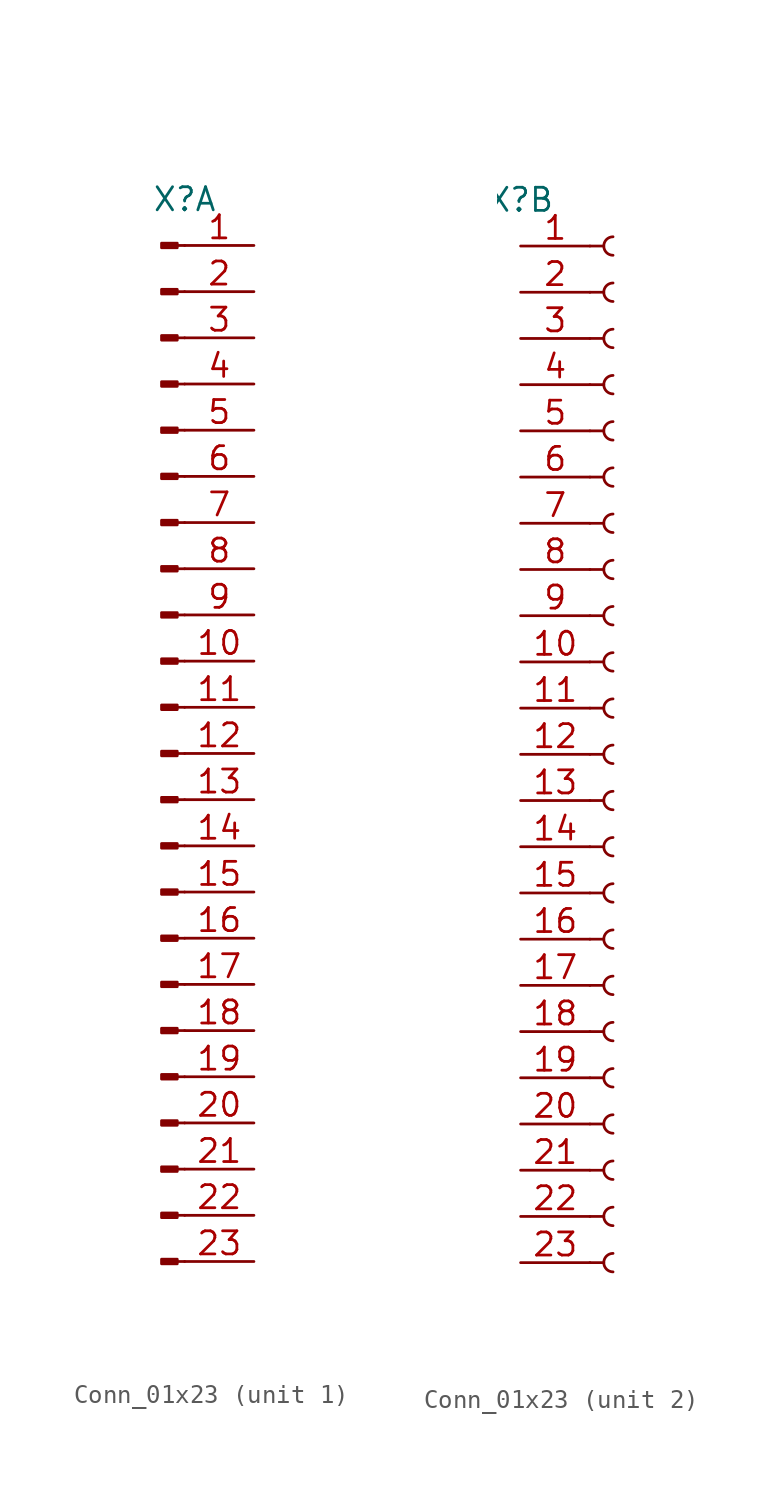
<source format=kicad_sym>
(kicad_symbol_lib
  (version 20241209)
  (generator "kicad_symbol_editor")
  (generator_version "9.0")
  (symbol "Conn_01x23"
    (pin_names
      (offset 1.016)
      (hide yes))
    (property "Reference" "X"
      (at 0 30.48 0)
      (effects (font (size 1.27 1.27))))
    (property "ki_locked" ""
      (at 0 0 0)
      (effects (font (size 1.27 1.27))))
    (symbol "Conn_01x23_1_1"
      (rectangle (start -0.406 28.067) (end -1.27 27.813) (stroke (width 0.152) (type default)) (fill (type outline)))
      (rectangle (start -0.406 25.527) (end -1.27 25.273) (stroke (width 0.152) (type default)) (fill (type outline)))
      (rectangle (start -0.406 22.987) (end -1.27 22.733) (stroke (width 0.152) (type default)) (fill (type outline)))
      (rectangle (start -0.406 20.447) (end -1.27 20.193) (stroke (width 0.152) (type default)) (fill (type outline)))
      (rectangle (start -0.406 17.907) (end -1.27 17.653) (stroke (width 0.152) (type default)) (fill (type outline)))
      (rectangle (start -0.406 15.367) (end -1.27 15.113) (stroke (width 0.152) (type default)) (fill (type outline)))
      (rectangle (start -0.406 12.827) (end -1.27 12.573) (stroke (width 0.152) (type default)) (fill (type outline)))
      (rectangle (start -0.406 10.287) (end -1.27 10.033) (stroke (width 0.152) (type default)) (fill (type outline)))
      (rectangle (start -0.406 7.747) (end -1.27 7.493) (stroke (width 0.152) (type default)) (fill (type outline)))
      (rectangle (start -0.406 5.207) (end -1.27 4.953) (stroke (width 0.152) (type default)) (fill (type outline)))
      (rectangle (start -0.406 2.667) (end -1.27 2.413) (stroke (width 0.152) (type default)) (fill (type outline)))
      (rectangle (start -0.406 0.127) (end -1.27 -0.127) (stroke (width 0.152) (type default)) (fill (type outline)))
      (rectangle (start -0.406 -2.413) (end -1.27 -2.667) (stroke (width 0.152) (type default)) (fill (type outline)))
      (rectangle (start -0.406 -4.953) (end -1.27 -5.207) (stroke (width 0.152) (type default)) (fill (type outline)))
      (rectangle (start -0.406 -7.493) (end -1.27 -7.747) (stroke (width 0.152) (type default)) (fill (type outline)))
      (rectangle (start -0.406 -10.033) (end -1.27 -10.287) (stroke (width 0.152) (type default)) (fill (type outline)))
      (rectangle (start -0.406 -12.573) (end -1.27 -12.827) (stroke (width 0.152) (type default)) (fill (type outline)))
      (rectangle (start -0.406 -15.113) (end -1.27 -15.367) (stroke (width 0.152) (type default)) (fill (type outline)))
      (rectangle (start -0.406 -17.653) (end -1.27 -17.907) (stroke (width 0.152) (type default)) (fill (type outline)))
      (rectangle (start -0.406 -20.193) (end -1.27 -20.447) (stroke (width 0.152) (type default)) (fill (type outline)))
      (rectangle (start -0.406 -22.733) (end -1.27 -22.987) (stroke (width 0.152) (type default)) (fill (type outline)))
      (rectangle (start -0.406 -25.273) (end -1.27 -25.527) (stroke (width 0.152) (type default)) (fill (type outline)))
      (rectangle (start -0.406 -27.813) (end -1.27 -28.067) (stroke (width 0.152) (type default)) (fill (type outline)))
      (polyline (pts (xy 0 27.94) (xy -0.406 27.94)) (stroke (width 0.152) (type default)) (fill (type none)))
      (polyline (pts (xy 0 25.4) (xy -0.406 25.4)) (stroke (width 0.152) (type default)) (fill (type none)))
      (polyline (pts (xy 0 22.86) (xy -0.406 22.86)) (stroke (width 0.152) (type default)) (fill (type none)))
      (polyline (pts (xy 0 20.32) (xy -0.406 20.32)) (stroke (width 0.152) (type default)) (fill (type none)))
      (polyline (pts (xy 0 17.78) (xy -0.406 17.78)) (stroke (width 0.152) (type default)) (fill (type none)))
      (polyline (pts (xy 0 15.24) (xy -0.406 15.24)) (stroke (width 0.152) (type default)) (fill (type none)))
      (polyline (pts (xy 0 12.7) (xy -0.406 12.7)) (stroke (width 0.152) (type default)) (fill (type none)))
      (polyline (pts (xy 0 10.16) (xy -0.406 10.16)) (stroke (width 0.152) (type default)) (fill (type none)))
      (polyline (pts (xy 0 7.62) (xy -0.406 7.62)) (stroke (width 0.152) (type default)) (fill (type none)))
      (polyline (pts (xy 0 5.08) (xy -0.406 5.08)) (stroke (width 0.152) (type default)) (fill (type none)))
      (polyline (pts (xy 0 2.54) (xy -0.406 2.54)) (stroke (width 0.152) (type default)) (fill (type none)))
      (polyline (pts (xy 0 0) (xy -0.406 0)) (stroke (width 0.152) (type default)) (fill (type none)))
      (polyline (pts (xy 0 -2.54) (xy -0.406 -2.54)) (stroke (width 0.152) (type default)) (fill (type none)))
      (polyline (pts (xy 0 -5.08) (xy -0.406 -5.08)) (stroke (width 0.152) (type default)) (fill (type none)))
      (polyline (pts (xy 0 -7.62) (xy -0.406 -7.62)) (stroke (width 0.152) (type default)) (fill (type none)))
      (polyline (pts (xy 0 -10.16) (xy -0.406 -10.16)) (stroke (width 0.152) (type default)) (fill (type none)))
      (polyline (pts (xy 0 -12.7) (xy -0.406 -12.7)) (stroke (width 0.152) (type default)) (fill (type none)))
      (polyline (pts (xy 0 -15.24) (xy -0.406 -15.24)) (stroke (width 0.152) (type default)) (fill (type none)))
      (polyline (pts (xy 0 -17.78) (xy -0.406 -17.78)) (stroke (width 0.152) (type default)) (fill (type none)))
      (polyline (pts (xy 0 -20.32) (xy -0.406 -20.32)) (stroke (width 0.152) (type default)) (fill (type none)))
      (polyline (pts (xy 0 -22.86) (xy -0.406 -22.86)) (stroke (width 0.152) (type default)) (fill (type none)))
      (polyline (pts (xy 0 -25.4) (xy -0.406 -25.4)) (stroke (width 0.152) (type default)) (fill (type none)))
      (polyline (pts (xy 0 -27.94) (xy -0.406 -27.94)) (stroke (width 0.152) (type default)) (fill (type none)))
      (pin passive line (at 3.81 27.94 180) (length 3.81) (name "Pin_1" (effects (font (size 1.27 1.27)))) (number "1" (effects (font (size 1.27 1.27)))))
      (pin passive line (at 3.81 25.4 180) (length 3.81) (name "Pin_2" (effects (font (size 1.27 1.27)))) (number "2" (effects (font (size 1.27 1.27)))))
      (pin passive line (at 3.81 22.86 180) (length 3.81) (name "Pin_3" (effects (font (size 1.27 1.27)))) (number "3" (effects (font (size 1.27 1.27)))))
      (pin passive line (at 3.81 20.32 180) (length 3.81) (name "Pin_4" (effects (font (size 1.27 1.27)))) (number "4" (effects (font (size 1.27 1.27)))))
      (pin passive line (at 3.81 17.78 180) (length 3.81) (name "Pin_5" (effects (font (size 1.27 1.27)))) (number "5" (effects (font (size 1.27 1.27)))))
      (pin passive line (at 3.81 15.24 180) (length 3.81) (name "Pin_6" (effects (font (size 1.27 1.27)))) (number "6" (effects (font (size 1.27 1.27)))))
      (pin passive line (at 3.81 12.7 180) (length 3.81) (name "Pin_7" (effects (font (size 1.27 1.27)))) (number "7" (effects (font (size 1.27 1.27)))))
      (pin passive line (at 3.81 10.16 180) (length 3.81) (name "Pin_8" (effects (font (size 1.27 1.27)))) (number "8" (effects (font (size 1.27 1.27)))))
      (pin passive line (at 3.81 7.62 180) (length 3.81) (name "Pin_9" (effects (font (size 1.27 1.27)))) (number "9" (effects (font (size 1.27 1.27)))))
      (pin passive line (at 3.81 5.08 180) (length 3.81) (name "Pin_10" (effects (font (size 1.27 1.27)))) (number "10" (effects (font (size 1.27 1.27)))))
      (pin passive line (at 3.81 2.54 180) (length 3.81) (name "Pin_11" (effects (font (size 1.27 1.27)))) (number "11" (effects (font (size 1.27 1.27)))))
      (pin passive line (at 3.81 0 180) (length 3.81) (name "Pin_12" (effects (font (size 1.27 1.27)))) (number "12" (effects (font (size 1.27 1.27)))))
      (pin passive line (at 3.81 -2.54 180) (length 3.81) (name "Pin_13" (effects (font (size 1.27 1.27)))) (number "13" (effects (font (size 1.27 1.27)))))
      (pin passive line (at 3.81 -5.08 180) (length 3.81) (name "Pin_14" (effects (font (size 1.27 1.27)))) (number "14" (effects (font (size 1.27 1.27)))))
      (pin passive line (at 3.81 -7.62 180) (length 3.81) (name "Pin_15" (effects (font (size 1.27 1.27)))) (number "15" (effects (font (size 1.27 1.27)))))
      (pin passive line (at 3.81 -10.16 180) (length 3.81) (name "Pin_16" (effects (font (size 1.27 1.27)))) (number "16" (effects (font (size 1.27 1.27)))))
      (pin passive line (at 3.81 -12.7 180) (length 3.81) (name "Pin_17" (effects (font (size 1.27 1.27)))) (number "17" (effects (font (size 1.27 1.27)))))
      (pin passive line (at 3.81 -15.24 180) (length 3.81) (name "Pin_18" (effects (font (size 1.27 1.27)))) (number "18" (effects (font (size 1.27 1.27)))))
      (pin passive line (at 3.81 -17.78 180) (length 3.81) (name "Pin_19" (effects (font (size 1.27 1.27)))) (number "19" (effects (font (size 1.27 1.27)))))
      (pin passive line (at 3.81 -20.32 180) (length 3.81) (name "Pin_20" (effects (font (size 1.27 1.27)))) (number "20" (effects (font (size 1.27 1.27)))))
      (pin passive line (at 3.81 -22.86 180) (length 3.81) (name "Pin_21" (effects (font (size 1.27 1.27)))) (number "21" (effects (font (size 1.27 1.27)))))
      (pin passive line (at 3.81 -25.4 180) (length 3.81) (name "Pin_22" (effects (font (size 1.27 1.27)))) (number "22" (effects (font (size 1.27 1.27)))))
      (pin passive line (at 3.81 -27.94 180) (length 3.81) (name "Pin_23" (effects (font (size 1.27 1.27)))) (number "23" (effects (font (size 1.27 1.27))))))
    (symbol "Conn_01x23_2_1"
      (polyline (pts (xy 3.81 27.94) (xy 4.572 27.94)) (stroke (width 0.152) (type default)) (fill (type none)))
      (polyline (pts (xy 3.81 25.4) (xy 4.572 25.4)) (stroke (width 0.152) (type default)) (fill (type none)))
      (polyline (pts (xy 3.81 22.86) (xy 4.572 22.86)) (stroke (width 0.152) (type default)) (fill (type none)))
      (polyline (pts (xy 3.81 20.32) (xy 4.572 20.32)) (stroke (width 0.152) (type default)) (fill (type none)))
      (polyline (pts (xy 3.81 17.78) (xy 4.572 17.78)) (stroke (width 0.152) (type default)) (fill (type none)))
      (polyline (pts (xy 3.81 15.24) (xy 4.572 15.24)) (stroke (width 0.152) (type default)) (fill (type none)))
      (polyline (pts (xy 3.81 12.7) (xy 4.572 12.7)) (stroke (width 0.152) (type default)) (fill (type none)))
      (polyline (pts (xy 3.81 10.16) (xy 4.572 10.16)) (stroke (width 0.152) (type default)) (fill (type none)))
      (polyline (pts (xy 3.81 7.62) (xy 4.572 7.62)) (stroke (width 0.152) (type default)) (fill (type none)))
      (polyline (pts (xy 3.81 5.08) (xy 4.572 5.08)) (stroke (width 0.152) (type default)) (fill (type none)))
      (polyline (pts (xy 3.81 2.54) (xy 4.572 2.54)) (stroke (width 0.152) (type default)) (fill (type none)))
      (polyline (pts (xy 3.81 0) (xy 4.572 0)) (stroke (width 0.152) (type default)) (fill (type none)))
      (polyline (pts (xy 3.81 -2.54) (xy 4.572 -2.54)) (stroke (width 0.152) (type default)) (fill (type none)))
      (polyline (pts (xy 3.81 -5.08) (xy 4.572 -5.08)) (stroke (width 0.152) (type default)) (fill (type none)))
      (polyline (pts (xy 3.81 -7.62) (xy 4.572 -7.62)) (stroke (width 0.152) (type default)) (fill (type none)))
      (polyline (pts (xy 3.81 -10.16) (xy 4.572 -10.16)) (stroke (width 0.152) (type default)) (fill (type none)))
      (polyline (pts (xy 3.81 -12.7) (xy 4.572 -12.7)) (stroke (width 0.152) (type default)) (fill (type none)))
      (polyline (pts (xy 3.81 -15.24) (xy 4.572 -15.24)) (stroke (width 0.152) (type default)) (fill (type none)))
      (polyline (pts (xy 3.81 -17.78) (xy 4.572 -17.78)) (stroke (width 0.152) (type default)) (fill (type none)))
      (polyline (pts (xy 3.81 -20.32) (xy 4.572 -20.32)) (stroke (width 0.152) (type default)) (fill (type none)))
      (polyline (pts (xy 3.81 -22.86) (xy 4.572 -22.86)) (stroke (width 0.152) (type default)) (fill (type none)))
      (polyline (pts (xy 3.81 -25.4) (xy 4.572 -25.4)) (stroke (width 0.152) (type default)) (fill (type none)))
      (polyline (pts (xy 3.81 -27.94) (xy 4.572 -27.94)) (stroke (width 0.152) (type default)) (fill (type none)))
      (arc (start 5.08 27.432) (mid 4.5742 27.94) (end 5.08 28.448) (stroke (width 0.1524) (type default)) (fill (type none)))
      (arc (start 5.08 24.892) (mid 4.5742 25.4) (end 5.08 25.908) (stroke (width 0.1524) (type default)) (fill (type none)))
      (arc (start 5.08 22.352) (mid 4.5742 22.86) (end 5.08 23.368) (stroke (width 0.1524) (type default)) (fill (type none)))
      (arc (start 5.08 19.812) (mid 4.5742 20.32) (end 5.08 20.828) (stroke (width 0.1524) (type default)) (fill (type none)))
      (arc (start 5.08 17.272) (mid 4.5742 17.78) (end 5.08 18.288) (stroke (width 0.1524) (type default)) (fill (type none)))
      (arc (start 5.08 14.732) (mid 4.5742 15.24) (end 5.08 15.748) (stroke (width 0.1524) (type default)) (fill (type none)))
      (arc (start 5.08 12.192) (mid 4.5742 12.7) (end 5.08 13.208) (stroke (width 0.1524) (type default)) (fill (type none)))
      (arc (start 5.08 9.652) (mid 4.5742 10.16) (end 5.08 10.668) (stroke (width 0.1524) (type default)) (fill (type none)))
      (arc (start 5.08 7.112) (mid 4.5742 7.62) (end 5.08 8.128) (stroke (width 0.1524) (type default)) (fill (type none)))
      (arc (start 5.08 4.572) (mid 4.5742 5.08) (end 5.08 5.588) (stroke (width 0.1524) (type default)) (fill (type none)))
      (arc (start 5.08 2.032) (mid 4.5742 2.54) (end 5.08 3.048) (stroke (width 0.1524) (type default)) (fill (type none)))
      (arc (start 5.08 -0.508) (mid 4.5742 0) (end 5.08 0.508) (stroke (width 0.1524) (type default)) (fill (type none)))
      (arc (start 5.08 -3.048) (mid 4.5742 -2.54) (end 5.08 -2.032) (stroke (width 0.1524) (type default)) (fill (type none)))
      (arc (start 5.08 -5.588) (mid 4.5742 -5.08) (end 5.08 -4.572) (stroke (width 0.1524) (type default)) (fill (type none)))
      (arc (start 5.08 -8.128) (mid 4.5742 -7.62) (end 5.08 -7.112) (stroke (width 0.1524) (type default)) (fill (type none)))
      (arc (start 5.08 -10.668) (mid 4.5742 -10.16) (end 5.08 -9.652) (stroke (width 0.1524) (type default)) (fill (type none)))
      (arc (start 5.08 -13.208) (mid 4.5742 -12.7) (end 5.08 -12.192) (stroke (width 0.1524) (type default)) (fill (type none)))
      (arc (start 5.08 -15.748) (mid 4.5742 -15.24) (end 5.08 -14.732) (stroke (width 0.1524) (type default)) (fill (type none)))
      (arc (start 5.08 -18.288) (mid 4.5742 -17.78) (end 5.08 -17.272) (stroke (width 0.1524) (type default)) (fill (type none)))
      (arc (start 5.08 -20.828) (mid 4.5742 -20.32) (end 5.08 -19.812) (stroke (width 0.1524) (type default)) (fill (type none)))
      (arc (start 5.08 -23.368) (mid 4.5742 -22.86) (end 5.08 -22.352) (stroke (width 0.1524) (type default)) (fill (type none)))
      (arc (start 5.08 -25.908) (mid 4.5742 -25.4) (end 5.08 -24.892) (stroke (width 0.1524) (type default)) (fill (type none)))
      (arc (start 5.08 -28.448) (mid 4.5742 -27.94) (end 5.08 -27.432) (stroke (width 0.1524) (type default)) (fill (type none)))
      (pin passive line (at 0 27.94 0) (length 3.81) (name "Pin_1" (effects (font (size 1.27 1.27)))) (number "1" (effects (font (size 1.27 1.27)))))
      (pin passive line (at 0 25.4 0) (length 3.81) (name "Pin_2" (effects (font (size 1.27 1.27)))) (number "2" (effects (font (size 1.27 1.27)))))
      (pin passive line (at 0 22.86 0) (length 3.81) (name "Pin_3" (effects (font (size 1.27 1.27)))) (number "3" (effects (font (size 1.27 1.27)))))
      (pin passive line (at 0 20.32 0) (length 3.81) (name "Pin_4" (effects (font (size 1.27 1.27)))) (number "4" (effects (font (size 1.27 1.27)))))
      (pin passive line (at 0 17.78 0) (length 3.81) (name "Pin_5" (effects (font (size 1.27 1.27)))) (number "5" (effects (font (size 1.27 1.27)))))
      (pin passive line (at 0 15.24 0) (length 3.81) (name "Pin_6" (effects (font (size 1.27 1.27)))) (number "6" (effects (font (size 1.27 1.27)))))
      (pin passive line (at 0 12.7 0) (length 3.81) (name "Pin_7" (effects (font (size 1.27 1.27)))) (number "7" (effects (font (size 1.27 1.27)))))
      (pin passive line (at 0 10.16 0) (length 3.81) (name "Pin_8" (effects (font (size 1.27 1.27)))) (number "8" (effects (font (size 1.27 1.27)))))
      (pin passive line (at 0 7.62 0) (length 3.81) (name "Pin_9" (effects (font (size 1.27 1.27)))) (number "9" (effects (font (size 1.27 1.27)))))
      (pin passive line (at 0 5.08 0) (length 3.81) (name "Pin_10" (effects (font (size 1.27 1.27)))) (number "10" (effects (font (size 1.27 1.27)))))
      (pin passive line (at 0 2.54 0) (length 3.81) (name "Pin_11" (effects (font (size 1.27 1.27)))) (number "11" (effects (font (size 1.27 1.27)))))
      (pin passive line (at 0 0 0) (length 3.81) (name "Pin_12" (effects (font (size 1.27 1.27)))) (number "12" (effects (font (size 1.27 1.27)))))
      (pin passive line (at 0 -2.54 0) (length 3.81) (name "Pin_13" (effects (font (size 1.27 1.27)))) (number "13" (effects (font (size 1.27 1.27)))))
      (pin passive line (at 0 -5.08 0) (length 3.81) (name "Pin_14" (effects (font (size 1.27 1.27)))) (number "14" (effects (font (size 1.27 1.27)))))
      (pin passive line (at 0 -7.62 0) (length 3.81) (name "Pin_15" (effects (font (size 1.27 1.27)))) (number "15" (effects (font (size 1.27 1.27)))))
      (pin passive line (at 0 -10.16 0) (length 3.81) (name "Pin_16" (effects (font (size 1.27 1.27)))) (number "16" (effects (font (size 1.27 1.27)))))
      (pin passive line (at 0 -12.7 0) (length 3.81) (name "Pin_17" (effects (font (size 1.27 1.27)))) (number "17" (effects (font (size 1.27 1.27)))))
      (pin passive line (at 0 -15.24 0) (length 3.81) (name "Pin_18" (effects (font (size 1.27 1.27)))) (number "18" (effects (font (size 1.27 1.27)))))
      (pin passive line (at 0 -17.78 0) (length 3.81) (name "Pin_19" (effects (font (size 1.27 1.27)))) (number "19" (effects (font (size 1.27 1.27)))))
      (pin passive line (at 0 -20.32 0) (length 3.81) (name "Pin_20" (effects (font (size 1.27 1.27)))) (number "20" (effects (font (size 1.27 1.27)))))
      (pin passive line (at 0 -22.86 0) (length 3.81) (name "Pin_21" (effects (font (size 1.27 1.27)))) (number "21" (effects (font (size 1.27 1.27)))))
      (pin passive line (at 0 -25.4 0) (length 3.81) (name "Pin_22" (effects (font (size 1.27 1.27)))) (number "22" (effects (font (size 1.27 1.27)))))
      (pin passive line (at 0 -27.94 0) (length 3.81) (name "Pin_23" (effects (font (size 1.27 1.27)))) (number "23" (effects (font (size 1.27 1.27))))))))
</source>
